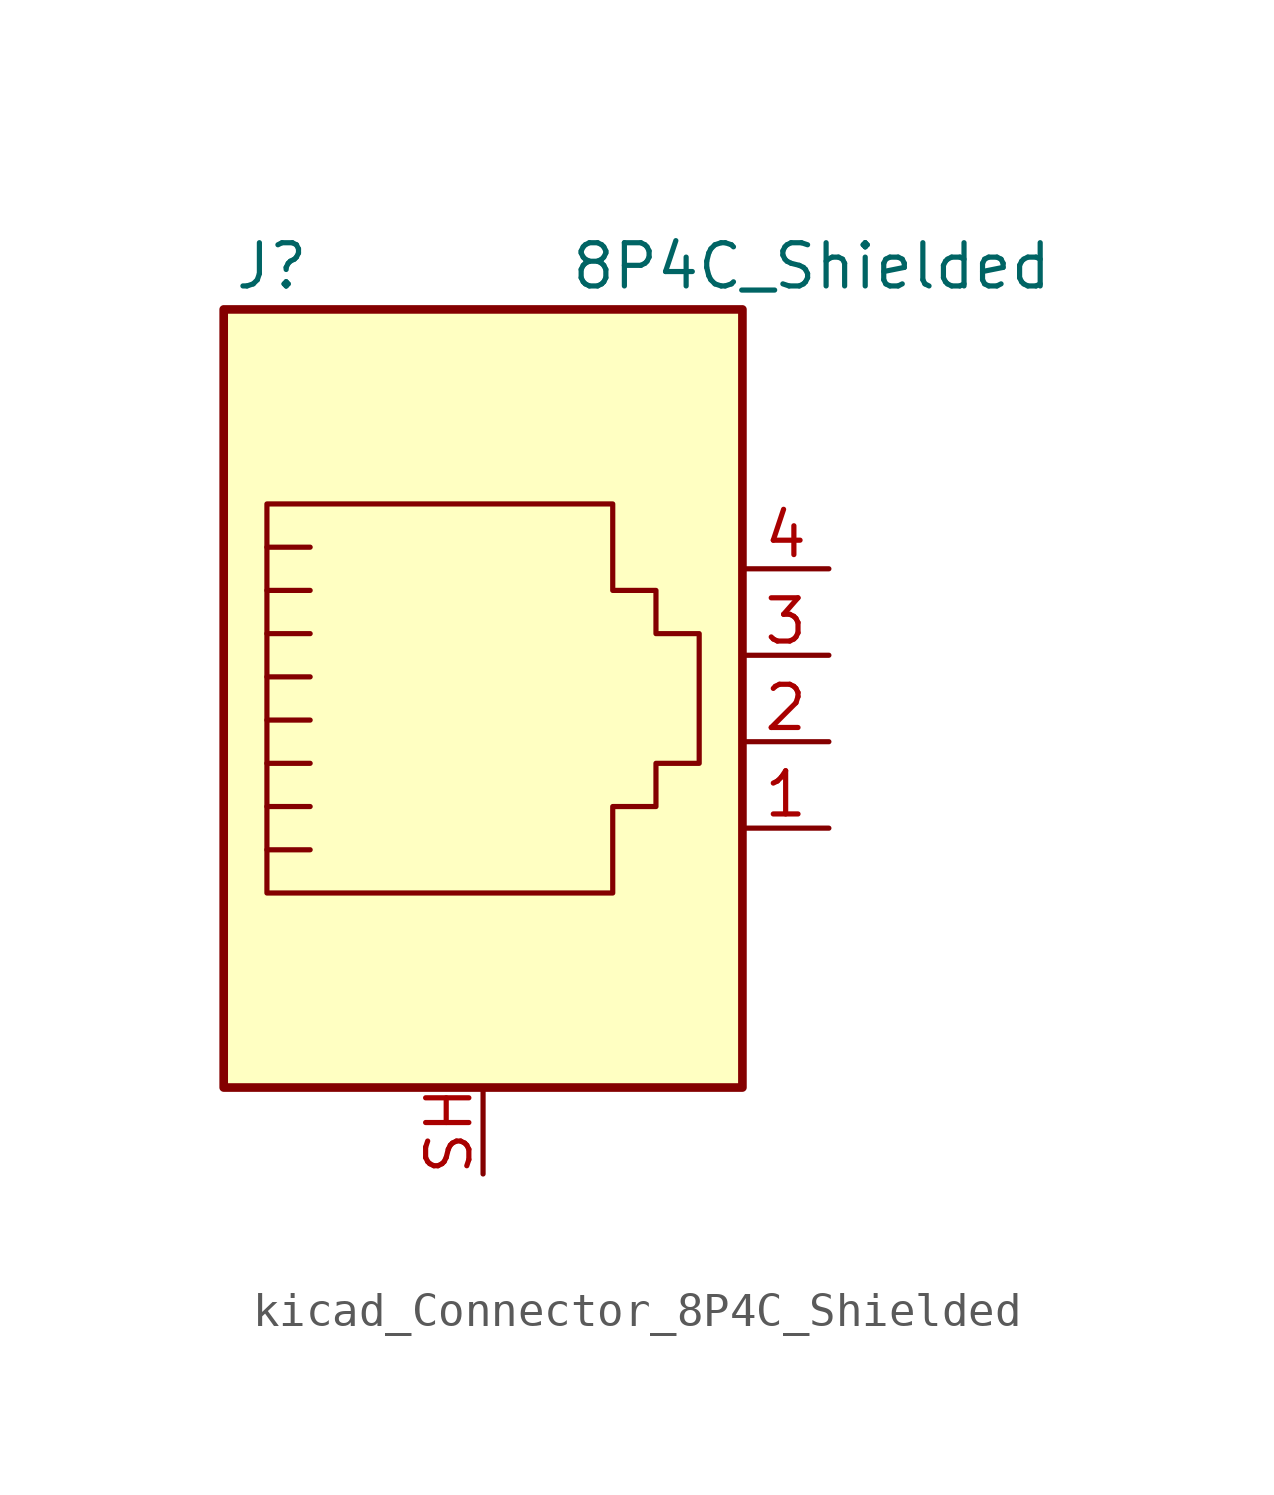
<source format=kicad_sym>
(kicad_symbol_lib
  (version 20220914)
  (generator kicad_symbol_editor)
  (symbol "kicad_Connector_8P4C_Shielded"
    (pin_names
      (offset 1.016))
    (property "Reference" "J"
      (at -5.08 13.97 0)
      (effects (font (size 1.27 1.27)) (justify right)))
    (property "Value" "8P4C_Shielded"
      (at 2.54 13.97 0)
      (effects (font (size 1.27 1.27)) (justify left)))
    (symbol "kicad_Connector_8P4C_Shielded_0_1"
      (polyline (pts (xy -5.08 4.445) (xy -6.35 4.445)) (stroke (width 0) (type default)) (fill (type none)))
      (polyline (pts (xy -5.08 5.715) (xy -6.35 5.715)) (stroke (width 0) (type default)) (fill (type none)))
      (polyline (pts (xy -6.35 -3.175) (xy -5.08 -3.175) (xy -5.08 -3.175)) (stroke (width 0) (type default)) (fill (type none)))
      (polyline (pts (xy -6.35 -1.905) (xy -5.08 -1.905) (xy -5.08 -1.905)) (stroke (width 0) (type default)) (fill (type none)))
      (polyline (pts (xy -6.35 -0.635) (xy -5.08 -0.635) (xy -5.08 -0.635)) (stroke (width 0) (type default)) (fill (type none)))
      (polyline (pts (xy -6.35 0.635) (xy -5.08 0.635) (xy -5.08 0.635)) (stroke (width 0) (type default)) (fill (type none)))
      (polyline (pts (xy -6.35 1.905) (xy -5.08 1.905) (xy -5.08 1.905)) (stroke (width 0) (type default)) (fill (type none)))
      (polyline (pts (xy -5.08 3.175) (xy -6.35 3.175) (xy -6.35 3.175)) (stroke (width 0) (type default)) (fill (type none)))
      (polyline (pts (xy -6.35 -4.445) (xy -6.35 6.985) (xy 3.81 6.985) (xy 3.81 4.445) (xy 5.08 4.445) (xy 5.08 3.175) (xy 6.35 3.175) (xy 6.35 -0.635) (xy 5.08 -0.635) (xy 5.08 -1.905) (xy 3.81 -1.905) (xy 3.81 -4.445) (xy -6.35 -4.445) (xy -6.35 -4.445)) (stroke (width 0) (type default)) (fill (type none)))
      (rectangle (start 7.62 12.7) (end -7.62 -10.16) (stroke (width 0.254) (type default)) (fill (type background))))
    (symbol "kicad_Connector_8P4C_Shielded_1_1"
      (pin passive line (at 10.16 -2.54 180) (length 2.54) (name "~" (effects (font (size 1.27 1.27)))) (number "1" (effects (font (size 1.27 1.27)))))
      (pin passive line (at 10.16 0 180) (length 2.54) (name "~" (effects (font (size 1.27 1.27)))) (number "2" (effects (font (size 1.27 1.27)))))
      (pin passive line (at 10.16 2.54 180) (length 2.54) (name "~" (effects (font (size 1.27 1.27)))) (number "3" (effects (font (size 1.27 1.27)))))
      (pin passive line (at 10.16 5.08 180) (length 2.54) (name "~" (effects (font (size 1.27 1.27)))) (number "4" (effects (font (size 1.27 1.27)))))
      (pin passive line (at 0 -12.7 90) (length 2.54) (name "~" (effects (font (size 1.27 1.27)))) (number "SH" (effects (font (size 1.27 1.27))))))))
</source>
